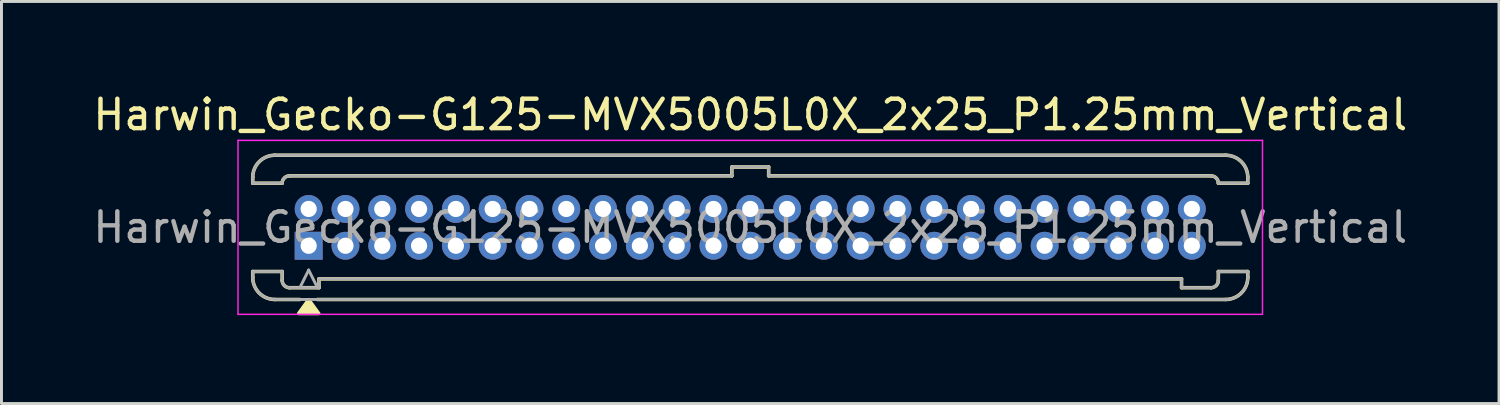
<source format=kicad_pcb>
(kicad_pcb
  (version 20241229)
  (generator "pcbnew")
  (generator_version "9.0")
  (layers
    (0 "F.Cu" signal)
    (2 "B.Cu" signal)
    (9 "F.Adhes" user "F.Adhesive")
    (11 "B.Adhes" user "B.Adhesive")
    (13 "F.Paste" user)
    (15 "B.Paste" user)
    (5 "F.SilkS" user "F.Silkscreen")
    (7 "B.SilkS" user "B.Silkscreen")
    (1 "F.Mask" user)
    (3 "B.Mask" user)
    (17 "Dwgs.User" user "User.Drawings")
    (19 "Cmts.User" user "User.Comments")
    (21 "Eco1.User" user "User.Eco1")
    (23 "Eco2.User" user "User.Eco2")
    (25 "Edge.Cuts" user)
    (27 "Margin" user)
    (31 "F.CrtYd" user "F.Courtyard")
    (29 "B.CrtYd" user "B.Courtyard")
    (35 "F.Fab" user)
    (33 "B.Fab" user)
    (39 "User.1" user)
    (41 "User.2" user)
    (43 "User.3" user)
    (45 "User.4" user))
  (footprint "Harwin_Gecko-G125-MVX5005L0X_2x25_P1.25mm_Vertical"
    (layer "F.Cu")
    (at 7.435 5.298)
    (property "Reference" "Harwin_Gecko-G125-MVX5005L0X_2x25_P1.25mm_Vertical" (at 15 -4.45 0) (layer "F.SilkS") (effects (font (size 1 1) (thickness 0.15))))
    (attr through_hole)
    (fp_line (start -1.9 -2.325) (end -1.9 -2.125) (stroke (width 0.12) (type solid)) (layer "F.SilkS"))
    (fp_line (start -1.9 -2.125) (end -0.9 -2.125) (stroke (width 0.12) (type solid)) (layer "F.SilkS"))
    (fp_line (start -1.9 0.875) (end -0.9 0.875) (stroke (width 0.12) (type solid)) (layer "F.SilkS"))
    (fp_line (start -1.9 1.075) (end -1.9 0.875) (stroke (width 0.12) (type solid)) (layer "F.SilkS"))
    (fp_line (start -1.15 -3.075) (end 31.15 -3.075) (stroke (width 0.12) (type solid)) (layer "F.SilkS"))
    (fp_line (start -1.15 1.825) (end -0.3 1.825) (stroke (width 0.12) (type solid)) (layer "F.SilkS"))
    (fp_line (start -0.9 1.175) (end -0.9 0.875) (stroke (width 0.12) (type solid)) (layer "F.SilkS"))
    (fp_line (start -0.65 -2.375) (end 14.375 -2.375) (stroke (width 0.12) (type solid)) (layer "F.SilkS"))
    (fp_line (start -0.65 1.425) (end 0.35 1.425) (stroke (width 0.12) (type solid)) (layer "F.SilkS"))
    (fp_line (start 0.3 1.825) (end 31.15 1.825) (stroke (width 0.12) (type solid)) (layer "F.SilkS"))
    (fp_line (start 0.35 1.125) (end 29.65 1.125) (stroke (width 0.12) (type solid)) (layer "F.SilkS"))
    (fp_line (start 0.35 1.425) (end 0.35 1.125) (stroke (width 0.12) (type solid)) (layer "F.SilkS"))
    (fp_line (start 14.375 -2.675) (end 15.625 -2.675) (stroke (width 0.12) (type solid)) (layer "F.SilkS"))
    (fp_line (start 14.375 -2.375) (end 14.375 -2.675) (stroke (width 0.12) (type solid)) (layer "F.SilkS"))
    (fp_line (start 15.625 -2.675) (end 15.625 -2.375) (stroke (width 0.12) (type solid)) (layer "F.SilkS"))
    (fp_line (start 15.625 -2.375) (end 30.65 -2.375) (stroke (width 0.12) (type solid)) (layer "F.SilkS"))
    (fp_line (start 29.65 1.125) (end 29.65 1.425) (stroke (width 0.12) (type solid)) (layer "F.SilkS"))
    (fp_line (start 29.65 1.425) (end 30.65 1.425) (stroke (width 0.12) (type solid)) (layer "F.SilkS"))
    (fp_line (start 30.9 1.175) (end 30.9 0.875) (stroke (width 0.12) (type solid)) (layer "F.SilkS"))
    (fp_line (start 31.9 -2.325) (end 31.9 -2.125) (stroke (width 0.12) (type solid)) (layer "F.SilkS"))
    (fp_line (start 31.9 -2.125) (end 30.9 -2.125) (stroke (width 0.12) (type solid)) (layer "F.SilkS"))
    (fp_line (start 31.9 0.875) (end 30.9 0.875) (stroke (width 0.12) (type solid)) (layer "F.SilkS"))
    (fp_line (start 31.9 1.075) (end 31.9 0.875) (stroke (width 0.12) (type solid)) (layer "F.SilkS"))
    (fp_arc (start -1.9 -2.325) (mid -1.68033 -2.85533) (end -1.15 -3.075) (stroke (width 0.12) (type solid)) (layer "F.SilkS"))
    (fp_arc (start -1.15 1.825) (mid -1.68033 1.60533) (end -1.9 1.075) (stroke (width 0.12) (type solid)) (layer "F.SilkS"))
    (fp_arc (start -0.9 -2.125) (mid -0.826777 -2.301777) (end -0.65 -2.375) (stroke (width 0.12) (type solid)) (layer "F.SilkS"))
    (fp_arc (start -0.65 1.425) (mid -0.826777 1.351777) (end -0.9 1.175) (stroke (width 0.12) (type solid)) (layer "F.SilkS"))
    (fp_arc (start 30.65 -2.375) (mid 30.826777 -2.301777) (end 30.9 -2.125) (stroke (width 0.12) (type solid)) (layer "F.SilkS"))
    (fp_arc (start 30.9 1.175) (mid 30.826777 1.351777) (end 30.65 1.425) (stroke (width 0.12) (type solid)) (layer "F.SilkS"))
    (fp_arc (start 31.15 -3.075) (mid 31.68033 -2.85533) (end 31.9 -2.325) (stroke (width 0.12) (type solid)) (layer "F.SilkS"))
    (fp_arc (start 31.9 1.075) (mid 31.68033 1.60533) (end 31.15 1.825) (stroke (width 0.12) (type solid)) (layer "F.SilkS"))
    (fp_poly (pts (xy 0 1.83) (xy -0.34 2.3) (xy 0.34 2.3) (xy 0 1.83)) (stroke (width 0.12) (type solid)) (fill yes) (layer "F.SilkS"))
    (fp_line (start -2.4 -3.58) (end -2.4 2.33) (stroke (width 0.05) (type solid)) (layer "F.CrtYd"))
    (fp_line (start -2.4 2.33) (end 32.4 2.33) (stroke (width 0.05) (type solid)) (layer "F.CrtYd"))
    (fp_line (start 32.4 -3.58) (end -2.4 -3.58) (stroke (width 0.05) (type solid)) (layer "F.CrtYd"))
    (fp_line (start 32.4 -3.58) (end 32.4 2.33) (stroke (width 0.05) (type solid)) (layer "F.CrtYd"))
    (fp_line (start -1.9 -2.325) (end -1.9 -2.125) (stroke (width 0.1) (type solid)) (layer "F.Fab"))
    (fp_line (start -1.9 -2.125) (end -0.9 -2.125) (stroke (width 0.1) (type solid)) (layer "F.Fab"))
    (fp_line (start -1.9 0.875) (end -0.9 0.875) (stroke (width 0.1) (type solid)) (layer "F.Fab"))
    (fp_line (start -1.9 1.075) (end -1.9 0.875) (stroke (width 0.1) (type solid)) (layer "F.Fab"))
    (fp_line (start -1.15 -3.075) (end 31.15 -3.075) (stroke (width 0.1) (type solid)) (layer "F.Fab"))
    (fp_line (start -1.15 1.825) (end 31.15 1.825) (stroke (width 0.1) (type solid)) (layer "F.Fab"))
    (fp_line (start -0.9 1.175) (end -0.9 0.875) (stroke (width 0.1) (type solid)) (layer "F.Fab"))
    (fp_line (start -0.65 -2.375) (end 14.375 -2.375) (stroke (width 0.1) (type solid)) (layer "F.Fab"))
    (fp_line (start -0.65 1.425) (end 0.35 1.425) (stroke (width 0.1) (type solid)) (layer "F.Fab"))
    (fp_line (start 0 0.825) (end -0.3 1.425) (stroke (width 0.1) (type solid)) (layer "F.Fab"))
    (fp_line (start 0.3 1.425) (end 0 0.825) (stroke (width 0.1) (type solid)) (layer "F.Fab"))
    (fp_line (start 0.35 1.125) (end 29.65 1.125) (stroke (width 0.1) (type solid)) (layer "F.Fab"))
    (fp_line (start 0.35 1.425) (end 0.35 1.125) (stroke (width 0.1) (type solid)) (layer "F.Fab"))
    (fp_line (start 14.375 -2.675) (end 15.625 -2.675) (stroke (width 0.1) (type solid)) (layer "F.Fab"))
    (fp_line (start 14.375 -2.375) (end 14.375 -2.675) (stroke (width 0.1) (type solid)) (layer "F.Fab"))
    (fp_line (start 15.625 -2.675) (end 15.625 -2.375) (stroke (width 0.1) (type solid)) (layer "F.Fab"))
    (fp_line (start 15.625 -2.375) (end 30.65 -2.375) (stroke (width 0.1) (type solid)) (layer "F.Fab"))
    (fp_line (start 29.65 1.125) (end 29.65 1.425) (stroke (width 0.1) (type solid)) (layer "F.Fab"))
    (fp_line (start 29.65 1.425) (end 30.65 1.425) (stroke (width 0.1) (type solid)) (layer "F.Fab"))
    (fp_line (start 30.9 1.175) (end 30.9 0.875) (stroke (width 0.1) (type solid)) (layer "F.Fab"))
    (fp_line (start 31.9 -2.325) (end 31.9 -2.125) (stroke (width 0.1) (type solid)) (layer "F.Fab"))
    (fp_line (start 31.9 -2.125) (end 30.9 -2.125) (stroke (width 0.1) (type solid)) (layer "F.Fab"))
    (fp_line (start 31.9 0.875) (end 30.9 0.875) (stroke (width 0.1) (type solid)) (layer "F.Fab"))
    (fp_line (start 31.9 1.075) (end 31.9 0.875) (stroke (width 0.1) (type solid)) (layer "F.Fab"))
    (fp_arc (start -1.9 -2.325) (mid -1.68033 -2.85533) (end -1.15 -3.075) (stroke (width 0.1) (type solid)) (layer "F.Fab"))
    (fp_arc (start -1.15 1.825) (mid -1.68033 1.60533) (end -1.9 1.075) (stroke (width 0.1) (type solid)) (layer "F.Fab"))
    (fp_arc (start -0.9 -2.125) (mid -0.826777 -2.301777) (end -0.65 -2.375) (stroke (width 0.1) (type solid)) (layer "F.Fab"))
    (fp_arc (start -0.65 1.425) (mid -0.826777 1.351777) (end -0.9 1.175) (stroke (width 0.1) (type solid)) (layer "F.Fab"))
    (fp_arc (start 30.65 -2.375) (mid 30.826777 -2.301777) (end 30.9 -2.125) (stroke (width 0.1) (type solid)) (layer "F.Fab"))
    (fp_arc (start 30.9 1.175) (mid 30.826777 1.351777) (end 30.65 1.425) (stroke (width 0.1) (type solid)) (layer "F.Fab"))
    (fp_arc (start 31.15 -3.075) (mid 31.68033 -2.85533) (end 31.9 -2.325) (stroke (width 0.1) (type solid)) (layer "F.Fab"))
    (fp_arc (start 31.9 1.075) (mid 31.68033 1.60533) (end 31.15 1.825) (stroke (width 0.1) (type solid)) (layer "F.Fab"))
    (fp_text user "${REFERENCE}" (at 15 -0.625 0) (layer "F.Fab") (effects (font (size 1 1) (thickness 0.15))))
    (pad "1" thru_hole rect (at 0 0) (size 0.95 0.95) (drill 0.55) (layers "*.Cu" "*.Mask"))
    (pad "2" thru_hole circle (at 1.25 0) (size 0.95 0.95) (drill 0.55) (layers "*.Cu" "*.Mask"))
    (pad "3" thru_hole circle (at 2.5 0) (size 0.95 0.95) (drill 0.55) (layers "*.Cu" "*.Mask"))
    (pad "4" thru_hole circle (at 3.75 0) (size 0.95 0.95) (drill 0.55) (layers "*.Cu" "*.Mask"))
    (pad "5" thru_hole circle (at 5 0) (size 0.95 0.95) (drill 0.55) (layers "*.Cu" "*.Mask"))
    (pad "6" thru_hole circle (at 6.25 0) (size 0.95 0.95) (drill 0.55) (layers "*.Cu" "*.Mask"))
    (pad "7" thru_hole circle (at 7.5 0) (size 0.95 0.95) (drill 0.55) (layers "*.Cu" "*.Mask"))
    (pad "8" thru_hole circle (at 8.75 0) (size 0.95 0.95) (drill 0.55) (layers "*.Cu" "*.Mask"))
    (pad "9" thru_hole circle (at 10 0) (size 0.95 0.95) (drill 0.55) (layers "*.Cu" "*.Mask"))
    (pad "10" thru_hole circle (at 11.25 0) (size 0.95 0.95) (drill 0.55) (layers "*.Cu" "*.Mask"))
    (pad "11" thru_hole circle (at 12.5 0) (size 0.95 0.95) (drill 0.55) (layers "*.Cu" "*.Mask"))
    (pad "12" thru_hole circle (at 13.75 0) (size 0.95 0.95) (drill 0.55) (layers "*.Cu" "*.Mask"))
    (pad "13" thru_hole circle (at 15 0) (size 0.95 0.95) (drill 0.55) (layers "*.Cu" "*.Mask"))
    (pad "14" thru_hole circle (at 16.25 0) (size 0.95 0.95) (drill 0.55) (layers "*.Cu" "*.Mask"))
    (pad "15" thru_hole circle (at 17.5 0) (size 0.95 0.95) (drill 0.55) (layers "*.Cu" "*.Mask"))
    (pad "16" thru_hole circle (at 18.75 0) (size 0.95 0.95) (drill 0.55) (layers "*.Cu" "*.Mask"))
    (pad "17" thru_hole circle (at 20 0) (size 0.95 0.95) (drill 0.55) (layers "*.Cu" "*.Mask"))
    (pad "18" thru_hole circle (at 21.25 0) (size 0.95 0.95) (drill 0.55) (layers "*.Cu" "*.Mask"))
    (pad "19" thru_hole circle (at 22.5 0) (size 0.95 0.95) (drill 0.55) (layers "*.Cu" "*.Mask"))
    (pad "20" thru_hole circle (at 23.75 0) (size 0.95 0.95) (drill 0.55) (layers "*.Cu" "*.Mask"))
    (pad "21" thru_hole circle (at 25 0) (size 0.95 0.95) (drill 0.55) (layers "*.Cu" "*.Mask"))
    (pad "22" thru_hole circle (at 26.25 0) (size 0.95 0.95) (drill 0.55) (layers "*.Cu" "*.Mask"))
    (pad "23" thru_hole circle (at 27.5 0) (size 0.95 0.95) (drill 0.55) (layers "*.Cu" "*.Mask"))
    (pad "24" thru_hole circle (at 28.75 0) (size 0.95 0.95) (drill 0.55) (layers "*.Cu" "*.Mask"))
    (pad "25" thru_hole circle (at 30 0) (size 0.95 0.95) (drill 0.55) (layers "*.Cu" "*.Mask"))
    (pad "26" thru_hole circle (at 0 -1.25) (size 0.95 0.95) (drill 0.55) (layers "*.Cu" "*.Mask"))
    (pad "27" thru_hole circle (at 1.25 -1.25) (size 0.95 0.95) (drill 0.55) (layers "*.Cu" "*.Mask"))
    (pad "28" thru_hole circle (at 2.5 -1.25) (size 0.95 0.95) (drill 0.55) (layers "*.Cu" "*.Mask"))
    (pad "29" thru_hole circle (at 3.75 -1.25) (size 0.95 0.95) (drill 0.55) (layers "*.Cu" "*.Mask"))
    (pad "30" thru_hole circle (at 5 -1.25) (size 0.95 0.95) (drill 0.55) (layers "*.Cu" "*.Mask"))
    (pad "31" thru_hole circle (at 6.25 -1.25) (size 0.95 0.95) (drill 0.55) (layers "*.Cu" "*.Mask"))
    (pad "32" thru_hole circle (at 8.75 -1.25) (size 0.95 0.95) (drill 0.55) (layers "*.Cu" "*.Mask"))
    (pad "33" thru_hole circle (at 7.5 -1.25) (size 0.95 0.95) (drill 0.55) (layers "*.Cu" "*.Mask"))
    (pad "34" thru_hole circle (at 10 -1.25) (size 0.95 0.95) (drill 0.55) (layers "*.Cu" "*.Mask"))
    (pad "35" thru_hole circle (at 11.25 -1.25) (size 0.95 0.95) (drill 0.55) (layers "*.Cu" "*.Mask"))
    (pad "36" thru_hole circle (at 12.5 -1.25) (size 0.95 0.95) (drill 0.55) (layers "*.Cu" "*.Mask"))
    (pad "37" thru_hole circle (at 13.75 -1.25) (size 0.95 0.95) (drill 0.55) (layers "*.Cu" "*.Mask"))
    (pad "38" thru_hole circle (at 15 -1.25) (size 0.95 0.95) (drill 0.55) (layers "*.Cu" "*.Mask"))
    (pad "39" thru_hole circle (at 16.25 -1.25) (size 0.95 0.95) (drill 0.55) (layers "*.Cu" "*.Mask"))
    (pad "40" thru_hole circle (at 17.5 -1.25) (size 0.95 0.95) (drill 0.55) (layers "*.Cu" "*.Mask"))
    (pad "41" thru_hole circle (at 18.75 -1.25) (size 0.95 0.95) (drill 0.55) (layers "*.Cu" "*.Mask"))
    (pad "42" thru_hole circle (at 20 -1.25) (size 0.95 0.95) (drill 0.55) (layers "*.Cu" "*.Mask"))
    (pad "43" thru_hole circle (at 21.25 -1.25) (size 0.95 0.95) (drill 0.55) (layers "*.Cu" "*.Mask"))
    (pad "44" thru_hole circle (at 22.5 -1.25) (size 0.95 0.95) (drill 0.55) (layers "*.Cu" "*.Mask"))
    (pad "45" thru_hole circle (at 23.75 -1.25) (size 0.95 0.95) (drill 0.55) (layers "*.Cu" "*.Mask"))
    (pad "46" thru_hole circle (at 25 -1.25) (size 0.95 0.95) (drill 0.55) (layers "*.Cu" "*.Mask"))
    (pad "47" thru_hole circle (at 26.25 -1.25) (size 0.95 0.95) (drill 0.55) (layers "*.Cu" "*.Mask"))
    (pad "48" thru_hole circle (at 27.5 -1.25) (size 0.95 0.95) (drill 0.55) (layers "*.Cu" "*.Mask"))
    (pad "49" thru_hole circle (at 28.75 -1.25) (size 0.95 0.95) (drill 0.55) (layers "*.Cu" "*.Mask"))
    (pad "50" thru_hole circle (at 30 -1.25) (size 0.95 0.95) (drill 0.55) (layers "*.Cu" "*.Mask")))
  (gr_rect
    (start -3 -3)
    (end 47.869 10.658)
    (stroke (width 0.1) (type default))
    (fill no)
    (layer "Edge.Cuts")))
</source>
